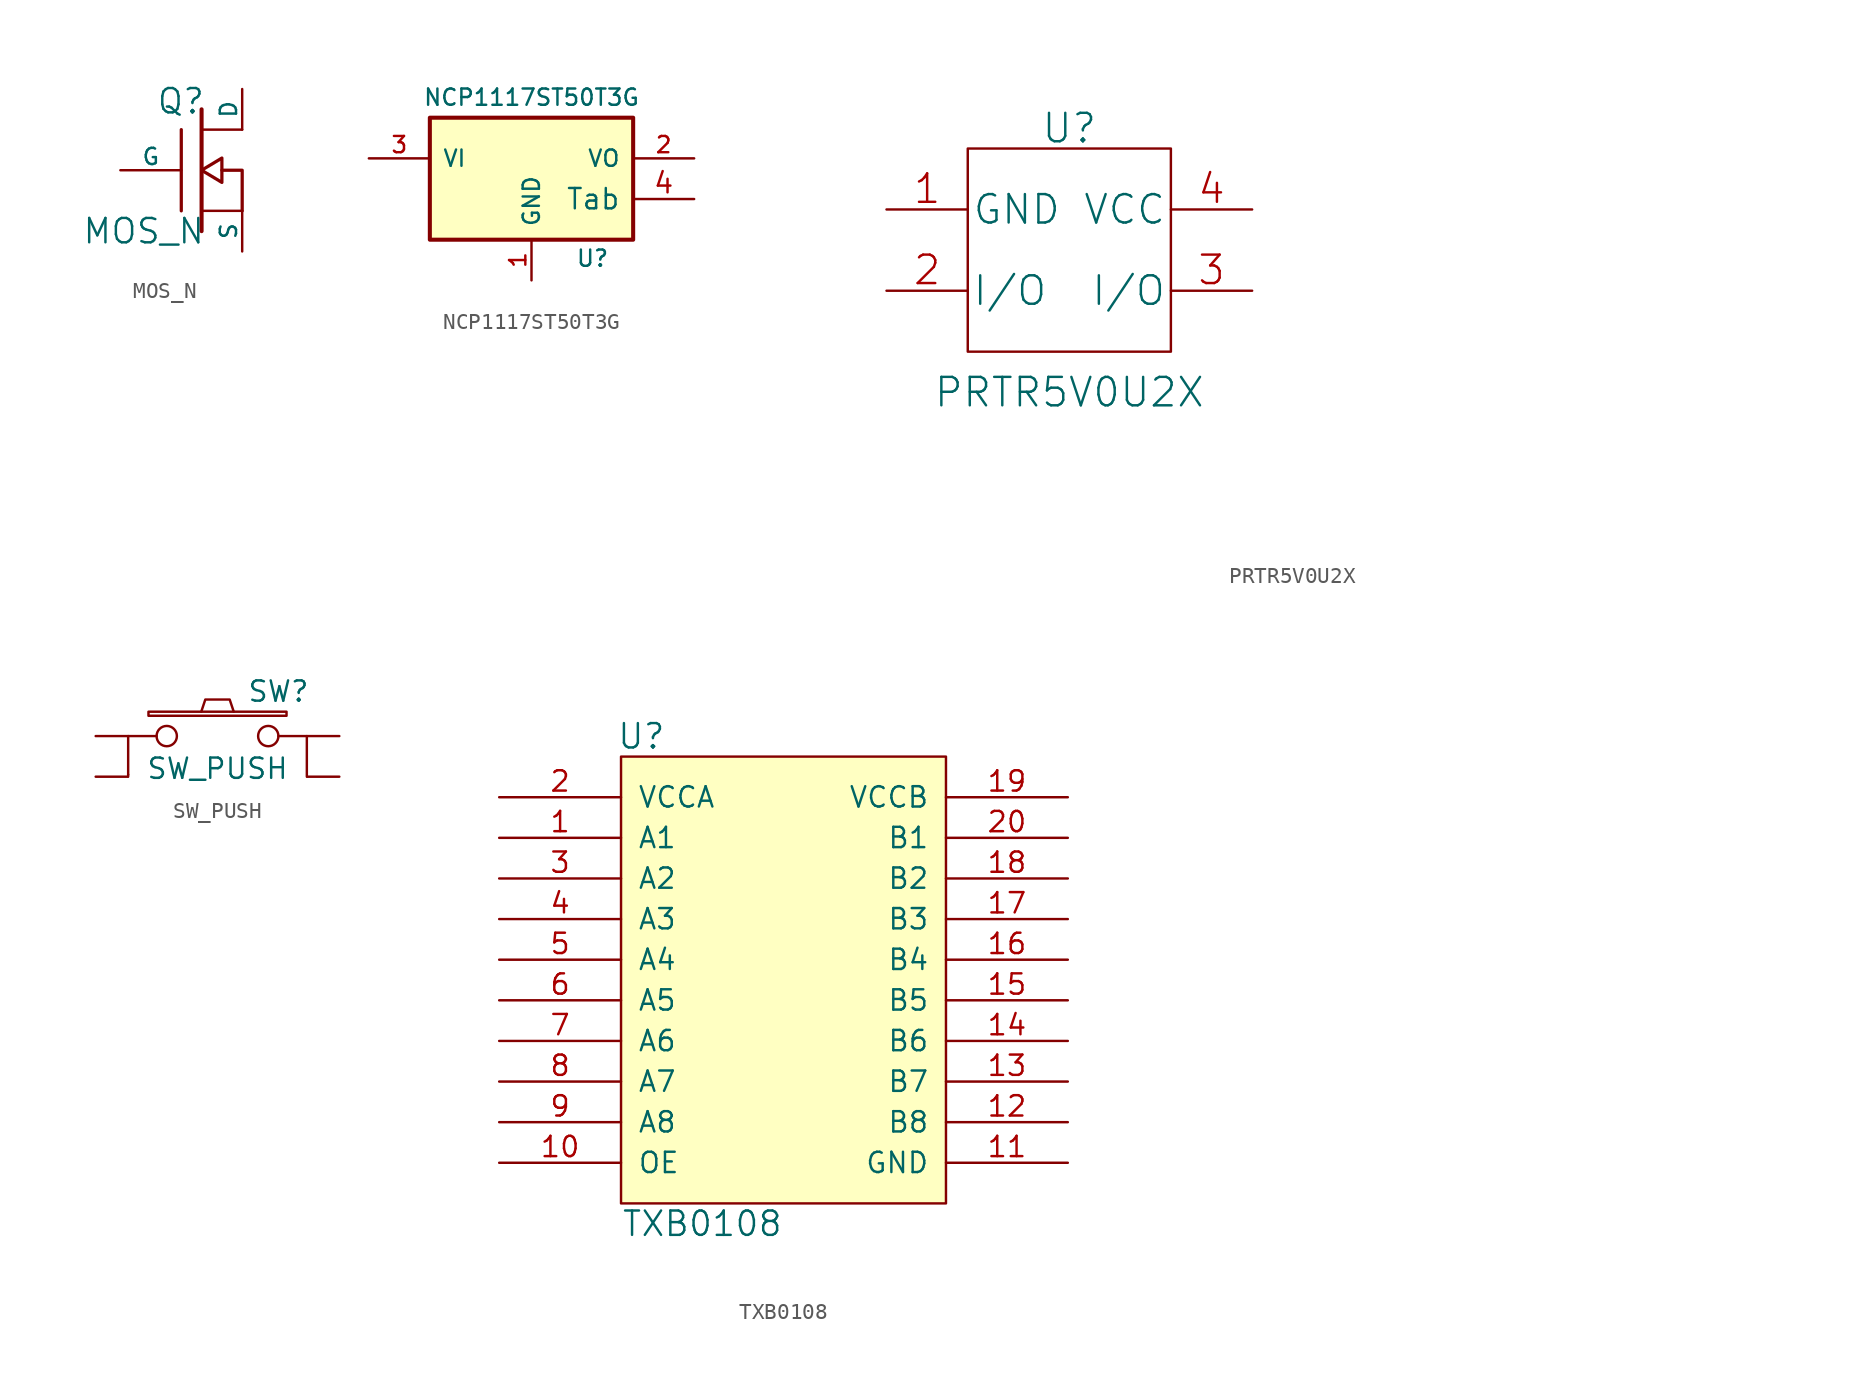
<source format=kicad_sym>
(kicad_symbol_lib
  (version 20231120)
  (generator "kicad_symbol_editor")
  (generator_version "8.0")
  (symbol "MOS_N"
    (pin_numbers hide)
    (pin_names
      (offset 0))
    (property "Reference" "Q"
      (at 0.254 4.318 0)
      (effects (font (size 1.524 1.524)) (justify right)))
    (property "Value" "MOS_N"
      (at 0.254 -3.81 0)
      (effects (font (size 1.524 1.524)) (justify right)))
    (property "Footprint" ""
      (at 0 0 0)
      (effects (font (size 1.524 1.524))))
    (property "Datasheet" ""
      (at 0 0 0)
      (effects (font (size 1.524 1.524))))
    (symbol "MOS_N_0_1"
      (polyline (pts (xy -1.27 -2.54) (xy -1.27 2.54)) (stroke (width 0.203) (type solid)) (fill (type none)))
      (polyline (pts (xy 0 -3.81) (xy 0 3.81)) (stroke (width 0.254) (type solid)) (fill (type none)))
      (polyline (pts (xy 2.54 -2.54) (xy 0 -2.54)) (stroke (width 0) (type solid)) (fill (type none)))
      (polyline (pts (xy 2.54 2.54) (xy 0 2.54)) (stroke (width 0) (type solid)) (fill (type none)))
      (polyline (pts (xy 2.54 -2.54) (xy 2.54 0) (xy 1.27 0)) (stroke (width 0.203) (type solid)) (fill (type none)))
      (polyline (pts (xy 1.27 0.762) (xy 1.27 -0.762) (xy 0 0) (xy 1.27 0.762) (xy 1.27 0.762)) (stroke (width 0.203) (type solid)) (fill (type none))))
    (symbol "MOS_N_1_1"
      (pin passive line (at 2.54 5.08 270) (length 2.54) (name "D" (effects (font (size 1.016 1.016)))) (number "D" (effects (font (size 1.016 1.016)))))
      (pin input line (at -5.08 0 0) (length 3.81) (name "G" (effects (font (size 1.016 1.016)))) (number "G" (effects (font (size 1.016 1.016)))))
      (pin passive line (at 2.54 -5.08 90) (length 2.54) (name "S" (effects (font (size 1.016 1.016)))) (number "S" (effects (font (size 1.016 1.016)))))))
  (symbol "NCP1117ST50T3G"
    (pin_names
      (offset 0.762))
    (property "Reference" "U"
      (at 3.81 -4.978 0)
      (effects (font (size 1.016 1.016))))
    (property "Value" "NCP1117ST50T3G"
      (at 0 5.08 0)
      (effects (font (size 1.016 1.016))))
    (property "Footprint" ""
      (at 0 0 0)
      (effects (font (size 1.524 1.524))))
    (property "Datasheet" ""
      (at 0 0 0)
      (effects (font (size 1.524 1.524))))
    (symbol "NCP1117ST50T3G_0_1"
      (rectangle (start -6.35 -3.81) (end 6.35 3.81) (stroke (width 0.254) (type solid)) (fill (type background))))
    (symbol "NCP1117ST50T3G_1_1"
      (pin power_in line (at 0 -6.35 90) (length 2.54) (name "GND" (effects (font (size 1.016 1.016)))) (number "1" (effects (font (size 1.016 1.016)))))
      (pin power_out line (at 10.16 1.27 180) (length 3.81) (name "VO" (effects (font (size 1.016 1.016)))) (number "2" (effects (font (size 1.016 1.016)))))
      (pin power_in line (at -10.16 1.27 0) (length 3.81) (name "VI" (effects (font (size 1.016 1.016)))) (number "3" (effects (font (size 1.016 1.016)))))
      (pin input line (at 10.16 -1.27 180) (length 3.81) (name "Tab" (effects (font (size 1.27 1.27)))) (number "4" (effects (font (size 1.27 1.27)))))))
  (symbol "PRTR5V0U2X"
    (pin_names
      (offset 0.254))
    (property "Reference" "U"
      (at 0 7.62 0)
      (effects (font (size 1.778 1.778))))
    (property "Value" "PRTR5V0U2X"
      (at 0 -8.89 0)
      (effects (font (size 1.778 1.778))))
    (property "Footprint" ""
      (at 39.37 -16.51 0)
      (effects (font (size 1.524 1.524))))
    (property "Datasheet" ""
      (at 39.37 -16.51 0)
      (effects (font (size 1.524 1.524))))
    (symbol "PRTR5V0U2X_0_1"
      (rectangle (start -6.35 6.35) (end 6.35 -6.35) (stroke (width 0) (type solid)) (fill (type none))))
    (symbol "PRTR5V0U2X_1_1"
      (pin power_in line (at -11.43 2.54 0) (length 5.08) (name "GND" (effects (font (size 1.778 1.778)))) (number "1" (effects (font (size 1.778 1.778)))))
      (pin bidirectional line (at -11.43 -2.54 0) (length 5.08) (name "I/O" (effects (font (size 1.778 1.778)))) (number "2" (effects (font (size 1.778 1.778)))))
      (pin bidirectional line (at 11.43 -2.54 180) (length 5.08) (name "I/O" (effects (font (size 1.778 1.778)))) (number "3" (effects (font (size 1.778 1.778)))))
      (pin power_in line (at 11.43 2.54 180) (length 5.08) (name "VCC" (effects (font (size 1.778 1.778)))) (number "4" (effects (font (size 1.778 1.778)))))))
  (symbol "SW_PUSH"
    (pin_numbers hide)
    (pin_names
      (offset 1.016) hide)
    (property "Reference" "SW"
      (at 3.81 2.794 0)
      (effects (font (size 1.27 1.27))))
    (property "Value" "SW_PUSH"
      (at 0 -2.032 0)
      (effects (font (size 1.27 1.27))))
    (property "Footprint" ""
      (at 0 0 0)
      (effects (font (size 1.524 1.524))))
    (property "Datasheet" ""
      (at 0 0 0)
      (effects (font (size 1.524 1.524))))
    (symbol "SW_PUSH_0_1"
      (rectangle (start -4.318 1.27) (end 4.318 1.524) (stroke (width 0) (type solid)) (fill (type none)))
      (polyline (pts (xy -5.588 -2.413) (xy -5.588 -2.54)) (stroke (width 0) (type solid)) (fill (type none)))
      (polyline (pts (xy -5.588 -2.413) (xy -5.588 0)) (stroke (width 0) (type solid)) (fill (type none)))
      (polyline (pts (xy 5.588 -2.54) (xy 5.588 0)) (stroke (width 0) (type solid)) (fill (type none)))
      (polyline (pts (xy -1.016 1.524) (xy -0.762 2.286) (xy 0.762 2.286) (xy 1.016 1.524)) (stroke (width 0) (type solid)) (fill (type none)))
      (pin passive inverted (at -7.62 0 0) (length 5.08) (name "1" (effects (font (size 1.524 1.524)))) (number "1" (effects (font (size 1.524 1.524)))))
      (pin passive inverted (at 7.62 0 180) (length 5.08) (name "3" (effects (font (size 1.524 1.524)))) (number "3" (effects (font (size 1.524 1.524))))))
    (symbol "SW_PUSH_1_1"
      (pin input line (at -7.62 -2.54 0) (length 2.007) (name "2" (effects (font (size 1.27 1.27)))) (number "2" (effects (font (size 1.27 1.27)))))
      (pin input line (at 7.62 -2.54 180) (length 2.007) (name "4" (effects (font (size 1.27 1.27)))) (number "4" (effects (font (size 1.27 1.27)))))))
  (symbol "TXB0108"
    (pin_names
      (offset 1.016))
    (property "Reference" "U"
      (at -8.89 12.7 0)
      (effects (font (size 1.524 1.524))))
    (property "Value" "TXB0108"
      (at -5.08 -17.78 0)
      (effects (font (size 1.524 1.524))))
    (property "Footprint" ""
      (at 0 0 0)
      (effects (font (size 1.524 1.524))))
    (property "Datasheet" ""
      (at 0 0 0)
      (effects (font (size 1.524 1.524))))
    (symbol "TXB0108_0_1"
      (rectangle (start -10.16 11.43) (end 10.16 -16.51) (stroke (width 0) (type solid)) (fill (type background))))
    (symbol "TXB0108_1_1"
      (pin input line (at -17.78 6.35 0) (length 7.62) (name "A1" (effects (font (size 1.27 1.27)))) (number "1" (effects (font (size 1.27 1.27)))))
      (pin input line (at -17.78 -13.97 0) (length 7.62) (name "OE" (effects (font (size 1.27 1.27)))) (number "10" (effects (font (size 1.27 1.27)))))
      (pin power_in line (at 17.78 -13.97 180) (length 7.62) (name "GND" (effects (font (size 1.27 1.27)))) (number "11" (effects (font (size 1.27 1.27)))))
      (pin input line (at 17.78 -11.43 180) (length 7.62) (name "B8" (effects (font (size 1.27 1.27)))) (number "12" (effects (font (size 1.27 1.27)))))
      (pin input line (at 17.78 -8.89 180) (length 7.62) (name "B7" (effects (font (size 1.27 1.27)))) (number "13" (effects (font (size 1.27 1.27)))))
      (pin bidirectional line (at 17.78 -6.35 180) (length 7.62) (name "B6" (effects (font (size 1.27 1.27)))) (number "14" (effects (font (size 1.27 1.27)))))
      (pin bidirectional line (at 17.78 -3.81 180) (length 7.62) (name "B5" (effects (font (size 1.27 1.27)))) (number "15" (effects (font (size 1.27 1.27)))))
      (pin input line (at 17.78 -1.27 180) (length 7.62) (name "B4" (effects (font (size 1.27 1.27)))) (number "16" (effects (font (size 1.27 1.27)))))
      (pin input line (at 17.78 1.27 180) (length 7.62) (name "B3" (effects (font (size 1.27 1.27)))) (number "17" (effects (font (size 1.27 1.27)))))
      (pin input line (at 17.78 3.81 180) (length 7.62) (name "B2" (effects (font (size 1.27 1.27)))) (number "18" (effects (font (size 1.27 1.27)))))
      (pin input line (at 17.78 8.89 180) (length 7.62) (name "VCCB" (effects (font (size 1.27 1.27)))) (number "19" (effects (font (size 1.27 1.27)))))
      (pin input line (at -17.78 8.89 0) (length 7.62) (name "VCCA" (effects (font (size 1.27 1.27)))) (number "2" (effects (font (size 1.27 1.27)))))
      (pin input line (at 17.78 6.35 180) (length 7.62) (name "B1" (effects (font (size 1.27 1.27)))) (number "20" (effects (font (size 1.27 1.27)))))
      (pin input line (at -17.78 3.81 0) (length 7.62) (name "A2" (effects (font (size 1.27 1.27)))) (number "3" (effects (font (size 1.27 1.27)))))
      (pin input line (at -17.78 1.27 0) (length 7.62) (name "A3" (effects (font (size 1.27 1.27)))) (number "4" (effects (font (size 1.27 1.27)))))
      (pin input line (at -17.78 -1.27 0) (length 7.62) (name "A4" (effects (font (size 1.27 1.27)))) (number "5" (effects (font (size 1.27 1.27)))))
      (pin input line (at -17.78 -3.81 0) (length 7.62) (name "A5" (effects (font (size 1.27 1.27)))) (number "6" (effects (font (size 1.27 1.27)))))
      (pin input line (at -17.78 -6.35 0) (length 7.62) (name "A6" (effects (font (size 1.27 1.27)))) (number "7" (effects (font (size 1.27 1.27)))))
      (pin input line (at -17.78 -8.89 0) (length 7.62) (name "A7" (effects (font (size 1.27 1.27)))) (number "8" (effects (font (size 1.27 1.27)))))
      (pin input line (at -17.78 -11.43 0) (length 7.62) (name "A8" (effects (font (size 1.27 1.27)))) (number "9" (effects (font (size 1.27 1.27))))))))
</source>
